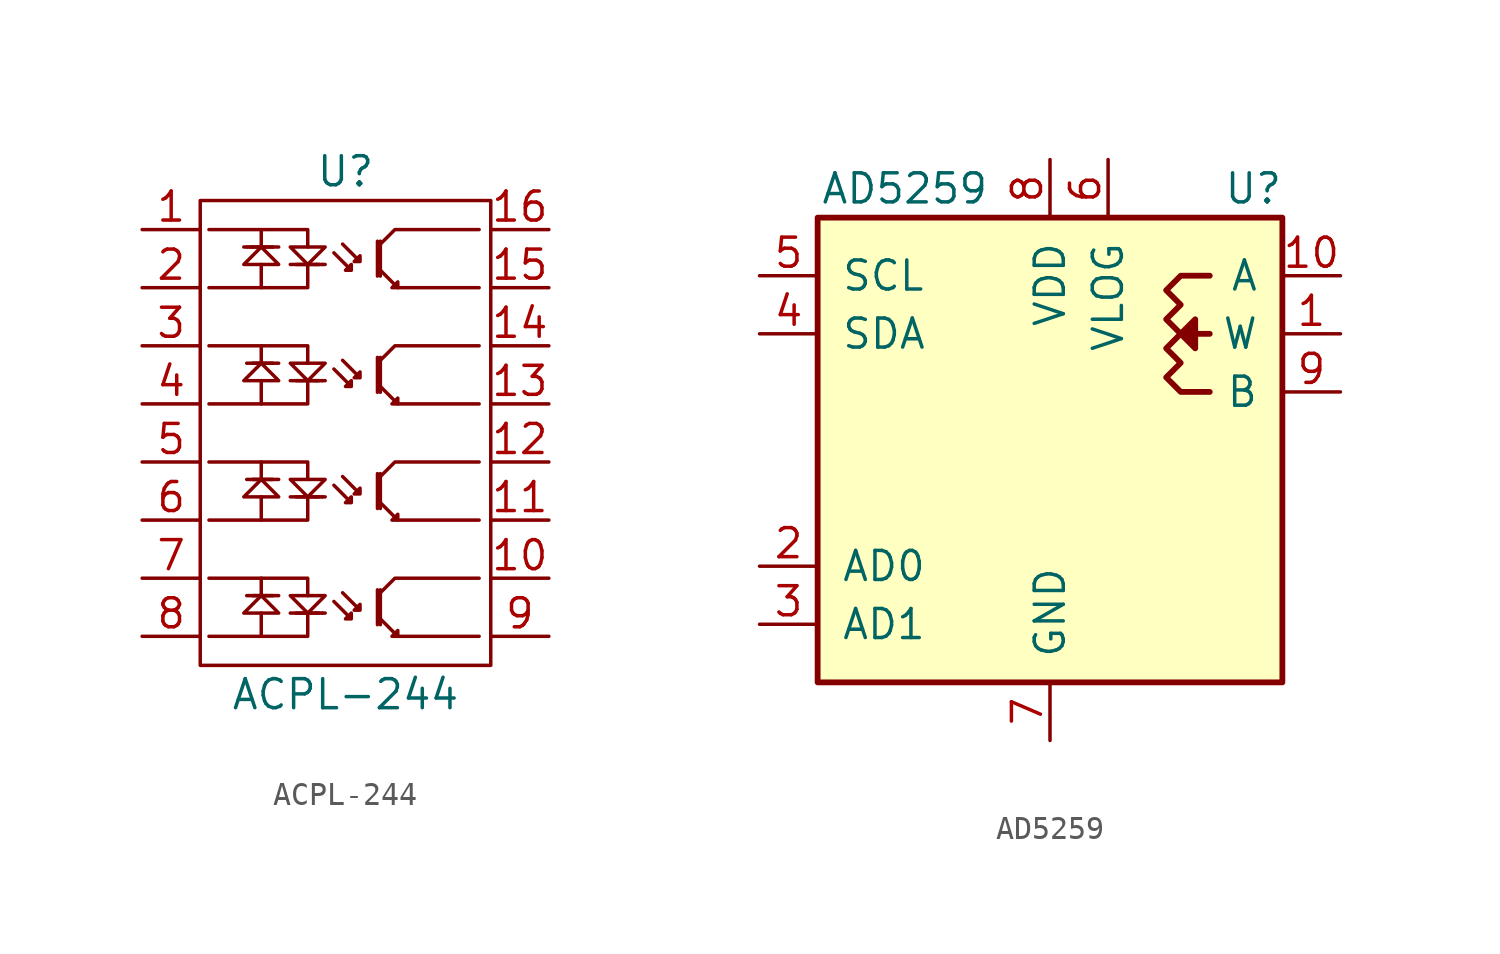
<source format=kicad_sym>
(kicad_symbol_lib
  (version 20211014)
  (generator kicad_symbol_editor)
  (symbol "ACPL-244"
    (pin_names
      (offset 1.016))
    (property "Reference" "U"
      (at 0 11.43 0)
      (effects (font (size 1.27 1.27))))
    (property "Value" "ACPL-244"
      (at 0 -11.43 0)
      (effects (font (size 1.27 1.27))))
    (symbol "ACPL-244_0_1"
      (rectangle (start -6.35 10.16) (end 6.35 -10.16) (stroke (width 0) (type default) (color 0 0 0 0)) (fill (type none)))
      (polyline (pts (xy -4.318 8.128) (xy -4.445 8.128)) (stroke (width 0) (type default) (color 0 0 0 0)) (fill (type none)))
      (polyline (pts (xy -4.064 8.128) (xy -4.191 8.128)) (stroke (width 0) (type default) (color 0 0 0 0)) (fill (type none)))
      (polyline (pts (xy -3.683 -7.874) (xy -3.683 -8.89)) (stroke (width 0) (type default) (color 0 0 0 0)) (fill (type none)))
      (polyline (pts (xy -3.683 -7.112) (xy -3.683 -6.35)) (stroke (width 0) (type default) (color 0 0 0 0)) (fill (type none)))
      (polyline (pts (xy -3.683 -2.794) (xy -3.683 -3.81)) (stroke (width 0) (type default) (color 0 0 0 0)) (fill (type none)))
      (polyline (pts (xy -3.683 -2.032) (xy -3.683 -1.27)) (stroke (width 0) (type default) (color 0 0 0 0)) (fill (type none)))
      (polyline (pts (xy -3.683 2.286) (xy -3.683 1.27)) (stroke (width 0) (type default) (color 0 0 0 0)) (fill (type none)))
      (polyline (pts (xy -3.683 3.048) (xy -3.683 3.81)) (stroke (width 0) (type default) (color 0 0 0 0)) (fill (type none)))
      (polyline (pts (xy -3.683 7.366) (xy -3.683 6.35)) (stroke (width 0) (type default) (color 0 0 0 0)) (fill (type none)))
      (polyline (pts (xy -3.683 8.128) (xy -3.683 8.89)) (stroke (width 0) (type default) (color 0 0 0 0)) (fill (type none)))
      (polyline (pts (xy -3.175 -7.112) (xy -4.064 -7.112)) (stroke (width 0) (type default) (color 0 0 0 0)) (fill (type none)))
      (polyline (pts (xy -3.175 -2.032) (xy -4.064 -2.032)) (stroke (width 0) (type default) (color 0 0 0 0)) (fill (type none)))
      (polyline (pts (xy -3.175 3.048) (xy -4.064 3.048)) (stroke (width 0) (type default) (color 0 0 0 0)) (fill (type none)))
      (polyline (pts (xy -3.175 8.128) (xy -4.064 8.128)) (stroke (width 0) (type default) (color 0 0 0 0)) (fill (type none)))
      (polyline (pts (xy -2.921 -7.112) (xy -4.318 -7.112)) (stroke (width 0) (type default) (color 0 0 0 0)) (fill (type none)))
      (polyline (pts (xy -2.921 -2.032) (xy -4.318 -2.032)) (stroke (width 0) (type default) (color 0 0 0 0)) (fill (type none)))
      (polyline (pts (xy -2.921 3.048) (xy -4.318 3.048)) (stroke (width 0) (type default) (color 0 0 0 0)) (fill (type none)))
      (polyline (pts (xy -2.921 8.128) (xy -4.318 8.128)) (stroke (width 0) (type default) (color 0 0 0 0)) (fill (type none)))
      (polyline (pts (xy -2.413 -7.874) (xy -1.016 -7.874)) (stroke (width 0) (type default) (color 0 0 0 0)) (fill (type none)))
      (polyline (pts (xy -2.413 -2.794) (xy -1.016 -2.794)) (stroke (width 0) (type default) (color 0 0 0 0)) (fill (type none)))
      (polyline (pts (xy -2.413 2.286) (xy -1.016 2.286)) (stroke (width 0) (type default) (color 0 0 0 0)) (fill (type none)))
      (polyline (pts (xy -2.413 7.366) (xy -1.016 7.366)) (stroke (width 0) (type default) (color 0 0 0 0)) (fill (type none)))
      (polyline (pts (xy -2.159 -7.874) (xy -1.27 -7.874)) (stroke (width 0) (type default) (color 0 0 0 0)) (fill (type none)))
      (polyline (pts (xy -2.159 -2.794) (xy -1.27 -2.794)) (stroke (width 0) (type default) (color 0 0 0 0)) (fill (type none)))
      (polyline (pts (xy -2.159 2.286) (xy -1.27 2.286)) (stroke (width 0) (type default) (color 0 0 0 0)) (fill (type none)))
      (polyline (pts (xy -2.159 7.366) (xy -1.27 7.366)) (stroke (width 0) (type default) (color 0 0 0 0)) (fill (type none)))
      (polyline (pts (xy -1.27 -7.874) (xy -1.143 -7.874)) (stroke (width 0) (type default) (color 0 0 0 0)) (fill (type none)))
      (polyline (pts (xy -1.27 -2.794) (xy -1.143 -2.794)) (stroke (width 0) (type default) (color 0 0 0 0)) (fill (type none)))
      (polyline (pts (xy -1.27 2.286) (xy -1.143 2.286)) (stroke (width 0) (type default) (color 0 0 0 0)) (fill (type none)))
      (polyline (pts (xy -1.27 7.366) (xy -1.143 7.366)) (stroke (width 0) (type default) (color 0 0 0 0)) (fill (type none)))
      (polyline (pts (xy -1.016 -7.874) (xy -0.889 -7.874)) (stroke (width 0) (type default) (color 0 0 0 0)) (fill (type none)))
      (polyline (pts (xy -1.016 -2.794) (xy -0.889 -2.794)) (stroke (width 0) (type default) (color 0 0 0 0)) (fill (type none)))
      (polyline (pts (xy -1.016 2.286) (xy -0.889 2.286)) (stroke (width 0) (type default) (color 0 0 0 0)) (fill (type none)))
      (polyline (pts (xy -1.016 7.366) (xy -0.889 7.366)) (stroke (width 0) (type default) (color 0 0 0 0)) (fill (type none)))
      (polyline (pts (xy 1.397 -6.858) (xy 1.397 -8.382)) (stroke (width 0) (type default) (color 0 0 0 0)) (fill (type none)))
      (polyline (pts (xy 1.397 -1.778) (xy 1.397 -3.302)) (stroke (width 0) (type default) (color 0 0 0 0)) (fill (type none)))
      (polyline (pts (xy 1.397 3.302) (xy 1.397 1.778)) (stroke (width 0) (type default) (color 0 0 0 0)) (fill (type none)))
      (polyline (pts (xy 1.397 8.382) (xy 1.397 6.858)) (stroke (width 0) (type default) (color 0 0 0 0)) (fill (type none)))
      (polyline (pts (xy 1.524 -6.858) (xy 1.524 -8.382)) (stroke (width 0) (type default) (color 0 0 0 0)) (fill (type none)))
      (polyline (pts (xy 1.524 -1.778) (xy 1.524 -3.302)) (stroke (width 0) (type default) (color 0 0 0 0)) (fill (type none)))
      (polyline (pts (xy 1.524 3.302) (xy 1.524 1.778)) (stroke (width 0) (type default) (color 0 0 0 0)) (fill (type none)))
      (polyline (pts (xy 1.524 8.382) (xy 1.524 6.858)) (stroke (width 0) (type default) (color 0 0 0 0)) (fill (type none)))
      (polyline (pts (xy 2.286 -8.89) (xy 5.842 -8.89)) (stroke (width 0) (type default) (color 0 0 0 0)) (fill (type none)))
      (polyline (pts (xy 2.286 -3.81) (xy 5.842 -3.81)) (stroke (width 0) (type default) (color 0 0 0 0)) (fill (type none)))
      (polyline (pts (xy 2.286 1.27) (xy 5.842 1.27)) (stroke (width 0) (type default) (color 0 0 0 0)) (fill (type none)))
      (polyline (pts (xy 2.286 6.35) (xy 5.842 6.35)) (stroke (width 0) (type default) (color 0 0 0 0)) (fill (type none)))
      (polyline (pts (xy -5.969 -6.35) (xy -1.651 -6.35) (xy -1.651 -7.112)) (stroke (width 0) (type default) (color 0 0 0 0)) (fill (type none)))
      (polyline (pts (xy -5.969 -1.27) (xy -1.651 -1.27) (xy -1.651 -2.032)) (stroke (width 0) (type default) (color 0 0 0 0)) (fill (type none)))
      (polyline (pts (xy -5.969 3.81) (xy -1.651 3.81) (xy -1.651 3.048)) (stroke (width 0) (type default) (color 0 0 0 0)) (fill (type none)))
      (polyline (pts (xy -5.969 8.89) (xy -1.651 8.89) (xy -1.651 8.128)) (stroke (width 0) (type default) (color 0 0 0 0)) (fill (type none)))
      (polyline (pts (xy -1.651 -7.874) (xy -1.651 -8.89) (xy -5.969 -8.89)) (stroke (width 0) (type default) (color 0 0 0 0)) (fill (type none)))
      (polyline (pts (xy -1.651 -2.794) (xy -1.651 -3.81) (xy -5.969 -3.81)) (stroke (width 0) (type default) (color 0 0 0 0)) (fill (type none)))
      (polyline (pts (xy -1.651 2.286) (xy -1.651 1.27) (xy -5.969 1.27)) (stroke (width 0) (type default) (color 0 0 0 0)) (fill (type none)))
      (polyline (pts (xy -1.651 7.366) (xy -1.651 6.35) (xy -5.969 6.35)) (stroke (width 0) (type default) (color 0 0 0 0)) (fill (type none)))
      (polyline (pts (xy 1.524 -6.985) (xy 2.159 -6.35) (xy 5.842 -6.35)) (stroke (width 0) (type default) (color 0 0 0 0)) (fill (type none)))
      (polyline (pts (xy 1.524 -1.905) (xy 2.159 -1.27) (xy 5.842 -1.27)) (stroke (width 0) (type default) (color 0 0 0 0)) (fill (type none)))
      (polyline (pts (xy 1.524 3.175) (xy 2.159 3.81) (xy 5.842 3.81)) (stroke (width 0) (type default) (color 0 0 0 0)) (fill (type none)))
      (polyline (pts (xy 1.524 8.255) (xy 2.159 8.89) (xy 5.842 8.89)) (stroke (width 0) (type default) (color 0 0 0 0)) (fill (type none)))
      (polyline (pts (xy -3.683 -7.874) (xy -2.921 -7.874) (xy -3.683 -7.112) (xy -4.445 -7.874) (xy -3.683 -7.874)) (stroke (width 0) (type default) (color 0 0 0 0)) (fill (type none)))
      (polyline (pts (xy -3.683 -2.794) (xy -2.921 -2.794) (xy -3.683 -2.032) (xy -4.445 -2.794) (xy -3.683 -2.794)) (stroke (width 0) (type default) (color 0 0 0 0)) (fill (type none)))
      (polyline (pts (xy -3.683 2.286) (xy -2.921 2.286) (xy -3.683 3.048) (xy -4.445 2.286) (xy -3.683 2.286)) (stroke (width 0) (type default) (color 0 0 0 0)) (fill (type none)))
      (polyline (pts (xy -3.683 7.366) (xy -2.921 7.366) (xy -3.683 8.128) (xy -4.445 7.366) (xy -3.683 7.366)) (stroke (width 0) (type default) (color 0 0 0 0)) (fill (type none)))
      (polyline (pts (xy -1.651 -7.112) (xy -2.413 -7.112) (xy -1.651 -7.874) (xy -0.889 -7.112) (xy -1.651 -7.112)) (stroke (width 0) (type default) (color 0 0 0 0)) (fill (type none)))
      (polyline (pts (xy -1.651 -2.032) (xy -2.413 -2.032) (xy -1.651 -2.794) (xy -0.889 -2.032) (xy -1.651 -2.032)) (stroke (width 0) (type default) (color 0 0 0 0)) (fill (type none)))
      (polyline (pts (xy -1.651 3.048) (xy -2.413 3.048) (xy -1.651 2.286) (xy -0.889 3.048) (xy -1.651 3.048)) (stroke (width 0) (type default) (color 0 0 0 0)) (fill (type none)))
      (polyline (pts (xy -1.651 8.128) (xy -2.413 8.128) (xy -1.651 7.366) (xy -0.889 8.128) (xy -1.651 8.128)) (stroke (width 0) (type default) (color 0 0 0 0)) (fill (type none)))
      (polyline (pts (xy -0.508 -7.366) (xy 0.254 -8.128) (xy 0 -8.128) (xy 0.254 -7.874) (xy 0.254 -8.128)) (stroke (width 0) (type default) (color 0 0 0 0)) (fill (type none)))
      (polyline (pts (xy -0.508 -2.286) (xy 0.254 -3.048) (xy 0 -3.048) (xy 0.254 -2.794) (xy 0.254 -3.048)) (stroke (width 0) (type default) (color 0 0 0 0)) (fill (type none)))
      (polyline (pts (xy -0.508 2.794) (xy 0.254 2.032) (xy 0 2.032) (xy 0.254 2.286) (xy 0.254 2.032)) (stroke (width 0) (type default) (color 0 0 0 0)) (fill (type none)))
      (polyline (pts (xy -0.508 7.874) (xy 0.254 7.112) (xy 0 7.112) (xy 0.254 7.366) (xy 0.254 7.112)) (stroke (width 0) (type default) (color 0 0 0 0)) (fill (type none)))
      (polyline (pts (xy -0.127 -6.985) (xy 0.635 -7.747) (xy 0.381 -7.747) (xy 0.635 -7.493) (xy 0.635 -7.747)) (stroke (width 0) (type default) (color 0 0 0 0)) (fill (type none)))
      (polyline (pts (xy -0.127 -1.905) (xy 0.635 -2.667) (xy 0.381 -2.667) (xy 0.635 -2.413) (xy 0.635 -2.667)) (stroke (width 0) (type default) (color 0 0 0 0)) (fill (type none)))
      (polyline (pts (xy -0.127 3.175) (xy 0.635 2.413) (xy 0.381 2.413) (xy 0.635 2.667) (xy 0.635 2.413)) (stroke (width 0) (type default) (color 0 0 0 0)) (fill (type none)))
      (polyline (pts (xy -0.127 8.255) (xy 0.635 7.493) (xy 0.381 7.493) (xy 0.635 7.747) (xy 0.635 7.493)) (stroke (width 0) (type default) (color 0 0 0 0)) (fill (type none)))
      (polyline (pts (xy 1.524 -8.128) (xy 2.286 -8.89) (xy 2.032 -8.89) (xy 2.286 -8.636) (xy 2.286 -8.89)) (stroke (width 0) (type default) (color 0 0 0 0)) (fill (type none)))
      (polyline (pts (xy 1.524 -3.048) (xy 2.286 -3.81) (xy 2.032 -3.81) (xy 2.286 -3.556) (xy 2.286 -3.81)) (stroke (width 0) (type default) (color 0 0 0 0)) (fill (type none)))
      (polyline (pts (xy 1.524 2.032) (xy 2.286 1.27) (xy 2.032 1.27) (xy 2.286 1.524) (xy 2.286 1.27)) (stroke (width 0) (type default) (color 0 0 0 0)) (fill (type none)))
      (polyline (pts (xy 1.524 7.112) (xy 2.286 6.35) (xy 2.032 6.35) (xy 2.286 6.604) (xy 2.286 6.35)) (stroke (width 0) (type default) (color 0 0 0 0)) (fill (type none))))
    (symbol "ACPL-244_1_1"
      (pin bidirectional line (at -8.89 8.89 0) (length 2.54) (name "~" (effects (font (size 1.27 1.27)))) (number "1" (effects (font (size 1.27 1.27)))))
      (pin bidirectional line (at 8.89 -6.35 180) (length 2.54) (name "~" (effects (font (size 1.27 1.27)))) (number "10" (effects (font (size 1.27 1.27)))))
      (pin bidirectional line (at 8.89 -3.81 180) (length 2.54) (name "~" (effects (font (size 1.27 1.27)))) (number "11" (effects (font (size 1.27 1.27)))))
      (pin bidirectional line (at 8.89 -1.27 180) (length 2.54) (name "~" (effects (font (size 1.27 1.27)))) (number "12" (effects (font (size 1.27 1.27)))))
      (pin bidirectional line (at 8.89 1.27 180) (length 2.54) (name "~" (effects (font (size 1.27 1.27)))) (number "13" (effects (font (size 1.27 1.27)))))
      (pin bidirectional line (at 8.89 3.81 180) (length 2.54) (name "~" (effects (font (size 1.27 1.27)))) (number "14" (effects (font (size 1.27 1.27)))))
      (pin bidirectional line (at 8.89 6.35 180) (length 2.54) (name "~" (effects (font (size 1.27 1.27)))) (number "15" (effects (font (size 1.27 1.27)))))
      (pin bidirectional line (at 8.89 8.89 180) (length 2.54) (name "~" (effects (font (size 1.27 1.27)))) (number "16" (effects (font (size 1.27 1.27)))))
      (pin bidirectional line (at -8.89 6.35 0) (length 2.54) (name "~" (effects (font (size 1.27 1.27)))) (number "2" (effects (font (size 1.27 1.27)))))
      (pin bidirectional line (at -8.89 3.81 0) (length 2.54) (name "~" (effects (font (size 1.27 1.27)))) (number "3" (effects (font (size 1.27 1.27)))))
      (pin bidirectional line (at -8.89 1.27 0) (length 2.54) (name "~" (effects (font (size 1.27 1.27)))) (number "4" (effects (font (size 1.27 1.27)))))
      (pin bidirectional line (at -8.89 -1.27 0) (length 2.54) (name "~" (effects (font (size 1.27 1.27)))) (number "5" (effects (font (size 1.27 1.27)))))
      (pin bidirectional line (at -8.89 -3.81 0) (length 2.54) (name "~" (effects (font (size 1.27 1.27)))) (number "6" (effects (font (size 1.27 1.27)))))
      (pin bidirectional line (at -8.89 -6.35 0) (length 2.54) (name "~" (effects (font (size 1.27 1.27)))) (number "7" (effects (font (size 1.27 1.27)))))
      (pin bidirectional line (at -8.89 -8.89 0) (length 2.54) (name "~" (effects (font (size 1.27 1.27)))) (number "8" (effects (font (size 1.27 1.27)))))
      (pin bidirectional line (at 8.89 -8.89 180) (length 2.54) (name "~" (effects (font (size 1.27 1.27)))) (number "9" (effects (font (size 1.27 1.27)))))))
  (symbol "AD5259"
    (pin_names
      (offset 1.016))
    (property "Reference" "U"
      (at 8.89 11.43 0)
      (effects (font (size 1.27 1.27))))
    (property "Value" "AD5259"
      (at -6.35 11.43 0)
      (effects (font (size 1.27 1.27))))
    (symbol "AD5259_1_1"
      (rectangle (start -10.16 10.16) (end 10.16 -10.16) (stroke (width 0.254) (type default) (color 0 0 0 0)) (fill (type background)))
      (polyline (pts (xy 6.985 5.08) (xy 6.35 5.08) (xy 5.715 5.08) (xy 6.35 5.715) (xy 6.35 4.445) (xy 5.715 5.08)) (stroke (width 0.254) (type default) (color 0 0 0 0)) (fill (type outline)))
      (polyline (pts (xy 6.985 7.62) (xy 5.715 7.62) (xy 5.08 6.985) (xy 5.715 6.35) (xy 5.08 5.715) (xy 5.715 5.08) (xy 5.08 4.445) (xy 5.715 3.81) (xy 5.08 3.175) (xy 5.715 2.54) (xy 6.985 2.54)) (stroke (width 0.254) (type default) (color 0 0 0 0)) (fill (type none)))
      (pin passive line (at 12.7 5.08 180) (length 2.54) (name "W" (effects (font (size 1.27 1.27)))) (number "1" (effects (font (size 1.27 1.27)))))
      (pin passive line (at 12.7 7.62 180) (length 2.54) (name "A" (effects (font (size 1.27 1.27)))) (number "10" (effects (font (size 1.27 1.27)))))
      (pin input line (at -12.7 -5.08 0) (length 2.54) (name "AD0" (effects (font (size 1.27 1.27)))) (number "2" (effects (font (size 1.27 1.27)))))
      (pin input line (at -12.7 -7.62 0) (length 2.54) (name "AD1" (effects (font (size 1.27 1.27)))) (number "3" (effects (font (size 1.27 1.27)))))
      (pin bidirectional line (at -12.7 5.08 0) (length 2.54) (name "SDA" (effects (font (size 1.27 1.27)))) (number "4" (effects (font (size 1.27 1.27)))))
      (pin input line (at -12.7 7.62 0) (length 2.54) (name "SCL" (effects (font (size 1.27 1.27)))) (number "5" (effects (font (size 1.27 1.27)))))
      (pin power_in line (at 2.54 12.7 270) (length 2.54) (name "VLOG" (effects (font (size 1.27 1.27)))) (number "6" (effects (font (size 1.27 1.27)))))
      (pin power_in line (at 0 -12.7 90) (length 2.54) (name "GND" (effects (font (size 1.27 1.27)))) (number "7" (effects (font (size 1.27 1.27)))))
      (pin power_in line (at 0 12.7 270) (length 2.54) (name "VDD" (effects (font (size 1.27 1.27)))) (number "8" (effects (font (size 1.27 1.27)))))
      (pin passive line (at 12.7 2.54 180) (length 2.54) (name "B" (effects (font (size 1.27 1.27)))) (number "9" (effects (font (size 1.27 1.27))))))))
</source>
